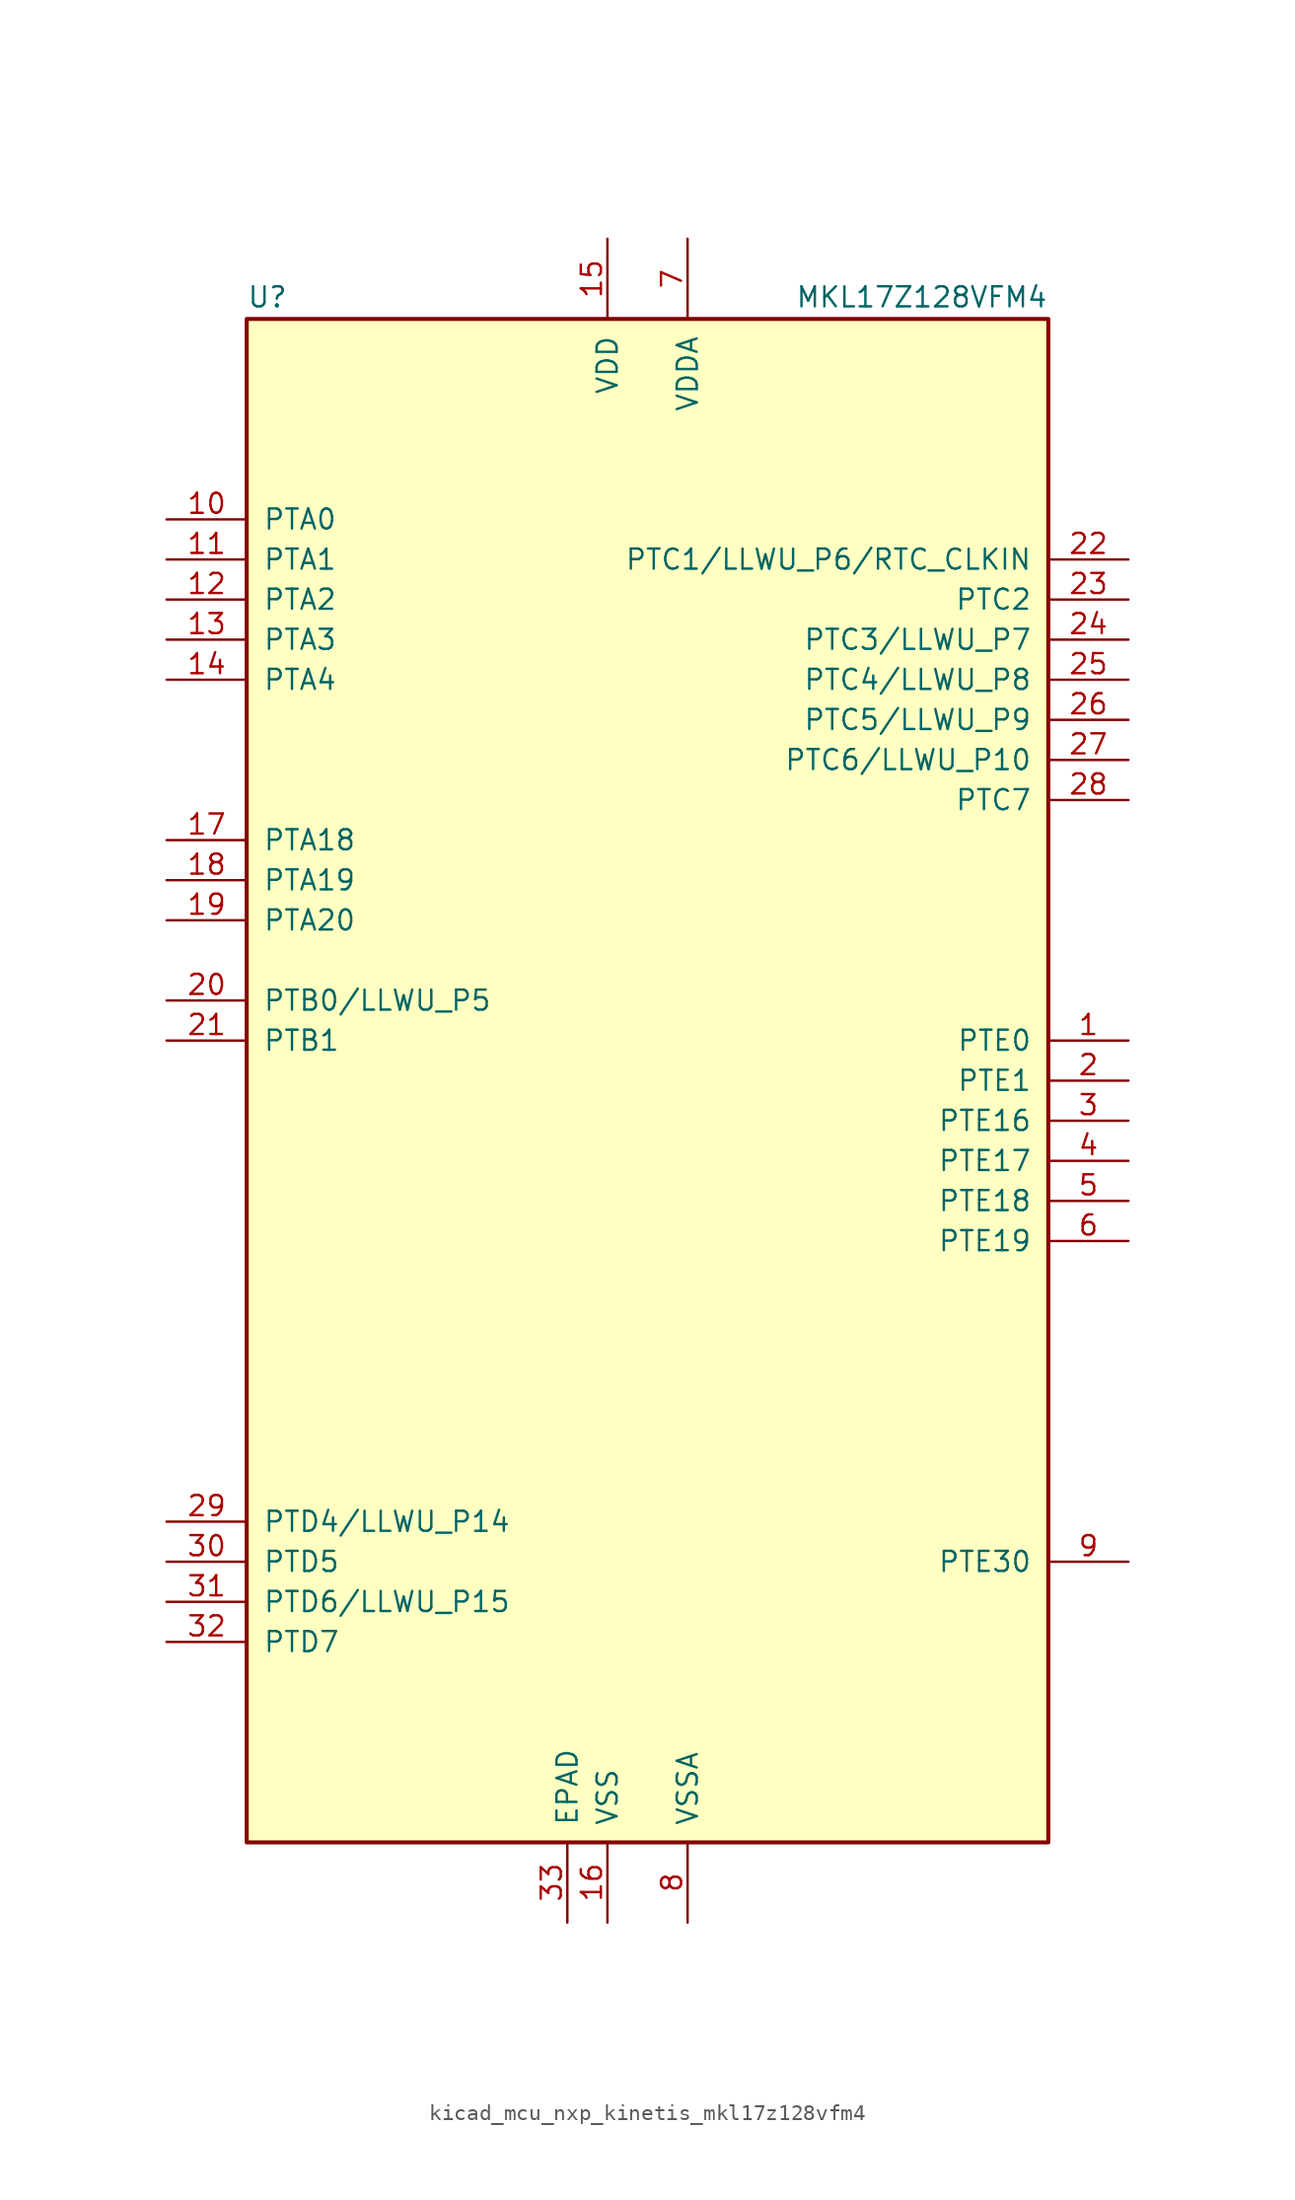
<source format=kicad_sym>
(kicad_symbol_lib
  (version 20220914)
  (generator kicad_symbol_editor)
  (symbol "kicad_mcu_nxp_kinetis_mkl17z128vfm4"
    (pin_names
      (offset 1.016))
    (property "Reference" "U"
      (at -25.4 48.895 0)
      (effects (font (size 1.27 1.27)) (justify left bottom)))
    (property "Value" "MKL17Z128VFM4"
      (at 25.4 48.895 0)
      (effects (font (size 1.27 1.27)) (justify right bottom)))
    (symbol "kicad_mcu_nxp_kinetis_mkl17z128vfm4_0_1"
      (rectangle (start -25.4 48.26) (end 25.4 -48.26) (stroke (width 0.254) (type default)) (fill (type background))))
    (symbol "kicad_mcu_nxp_kinetis_mkl17z128vfm4_1_1"
      (pin bidirectional line (at 30.48 2.54 180) (length 5.08) (name "PTE0" (effects (font (size 1.27 1.27)))) (number "1" (effects (font (size 1.27 1.27)))))
      (pin bidirectional line (at -30.48 35.56 0) (length 5.08) (name "PTA0" (effects (font (size 1.27 1.27)))) (number "10" (effects (font (size 1.27 1.27)))))
      (pin bidirectional line (at -30.48 33.02 0) (length 5.08) (name "PTA1" (effects (font (size 1.27 1.27)))) (number "11" (effects (font (size 1.27 1.27)))))
      (pin bidirectional line (at -30.48 30.48 0) (length 5.08) (name "PTA2" (effects (font (size 1.27 1.27)))) (number "12" (effects (font (size 1.27 1.27)))))
      (pin bidirectional line (at -30.48 27.94 0) (length 5.08) (name "PTA3" (effects (font (size 1.27 1.27)))) (number "13" (effects (font (size 1.27 1.27)))))
      (pin bidirectional line (at -30.48 25.4 0) (length 5.08) (name "PTA4" (effects (font (size 1.27 1.27)))) (number "14" (effects (font (size 1.27 1.27)))))
      (pin power_in line (at -2.54 53.34 270) (length 5.08) (name "VDD" (effects (font (size 1.27 1.27)))) (number "15" (effects (font (size 1.27 1.27)))))
      (pin power_in line (at -2.54 -53.34 90) (length 5.08) (name "VSS" (effects (font (size 1.27 1.27)))) (number "16" (effects (font (size 1.27 1.27)))))
      (pin bidirectional line (at -30.48 15.24 0) (length 5.08) (name "PTA18" (effects (font (size 1.27 1.27)))) (number "17" (effects (font (size 1.27 1.27)))))
      (pin bidirectional line (at -30.48 12.7 0) (length 5.08) (name "PTA19" (effects (font (size 1.27 1.27)))) (number "18" (effects (font (size 1.27 1.27)))))
      (pin bidirectional line (at -30.48 10.16 0) (length 5.08) (name "PTA20" (effects (font (size 1.27 1.27)))) (number "19" (effects (font (size 1.27 1.27)))))
      (pin bidirectional line (at 30.48 0 180) (length 5.08) (name "PTE1" (effects (font (size 1.27 1.27)))) (number "2" (effects (font (size 1.27 1.27)))))
      (pin bidirectional line (at -30.48 5.08 0) (length 5.08) (name "PTB0/LLWU_P5" (effects (font (size 1.27 1.27)))) (number "20" (effects (font (size 1.27 1.27)))))
      (pin bidirectional line (at -30.48 2.54 0) (length 5.08) (name "PTB1" (effects (font (size 1.27 1.27)))) (number "21" (effects (font (size 1.27 1.27)))))
      (pin bidirectional line (at 30.48 33.02 180) (length 5.08) (name "PTC1/LLWU_P6/RTC_CLKIN" (effects (font (size 1.27 1.27)))) (number "22" (effects (font (size 1.27 1.27)))))
      (pin bidirectional line (at 30.48 30.48 180) (length 5.08) (name "PTC2" (effects (font (size 1.27 1.27)))) (number "23" (effects (font (size 1.27 1.27)))))
      (pin bidirectional line (at 30.48 27.94 180) (length 5.08) (name "PTC3/LLWU_P7" (effects (font (size 1.27 1.27)))) (number "24" (effects (font (size 1.27 1.27)))))
      (pin bidirectional line (at 30.48 25.4 180) (length 5.08) (name "PTC4/LLWU_P8" (effects (font (size 1.27 1.27)))) (number "25" (effects (font (size 1.27 1.27)))))
      (pin bidirectional line (at 30.48 22.86 180) (length 5.08) (name "PTC5/LLWU_P9" (effects (font (size 1.27 1.27)))) (number "26" (effects (font (size 1.27 1.27)))))
      (pin bidirectional line (at 30.48 20.32 180) (length 5.08) (name "PTC6/LLWU_P10" (effects (font (size 1.27 1.27)))) (number "27" (effects (font (size 1.27 1.27)))))
      (pin bidirectional line (at 30.48 17.78 180) (length 5.08) (name "PTC7" (effects (font (size 1.27 1.27)))) (number "28" (effects (font (size 1.27 1.27)))))
      (pin bidirectional line (at -30.48 -27.94 0) (length 5.08) (name "PTD4/LLWU_P14" (effects (font (size 1.27 1.27)))) (number "29" (effects (font (size 1.27 1.27)))))
      (pin bidirectional line (at 30.48 -2.54 180) (length 5.08) (name "PTE16" (effects (font (size 1.27 1.27)))) (number "3" (effects (font (size 1.27 1.27)))))
      (pin bidirectional line (at -30.48 -30.48 0) (length 5.08) (name "PTD5" (effects (font (size 1.27 1.27)))) (number "30" (effects (font (size 1.27 1.27)))))
      (pin bidirectional line (at -30.48 -33.02 0) (length 5.08) (name "PTD6/LLWU_P15" (effects (font (size 1.27 1.27)))) (number "31" (effects (font (size 1.27 1.27)))))
      (pin bidirectional line (at -30.48 -35.56 0) (length 5.08) (name "PTD7" (effects (font (size 1.27 1.27)))) (number "32" (effects (font (size 1.27 1.27)))))
      (pin power_in line (at -5.08 -53.34 90) (length 5.08) (name "EPAD" (effects (font (size 1.27 1.27)))) (number "33" (effects (font (size 1.27 1.27)))))
      (pin bidirectional line (at 30.48 -5.08 180) (length 5.08) (name "PTE17" (effects (font (size 1.27 1.27)))) (number "4" (effects (font (size 1.27 1.27)))))
      (pin bidirectional line (at 30.48 -7.62 180) (length 5.08) (name "PTE18" (effects (font (size 1.27 1.27)))) (number "5" (effects (font (size 1.27 1.27)))))
      (pin bidirectional line (at 30.48 -10.16 180) (length 5.08) (name "PTE19" (effects (font (size 1.27 1.27)))) (number "6" (effects (font (size 1.27 1.27)))))
      (pin power_in line (at 2.54 53.34 270) (length 5.08) (name "VDDA" (effects (font (size 1.27 1.27)))) (number "7" (effects (font (size 1.27 1.27)))))
      (pin power_in line (at 2.54 -53.34 90) (length 5.08) (name "VSSA" (effects (font (size 1.27 1.27)))) (number "8" (effects (font (size 1.27 1.27)))))
      (pin bidirectional line (at 30.48 -30.48 180) (length 5.08) (name "PTE30" (effects (font (size 1.27 1.27)))) (number "9" (effects (font (size 1.27 1.27))))))))
</source>
